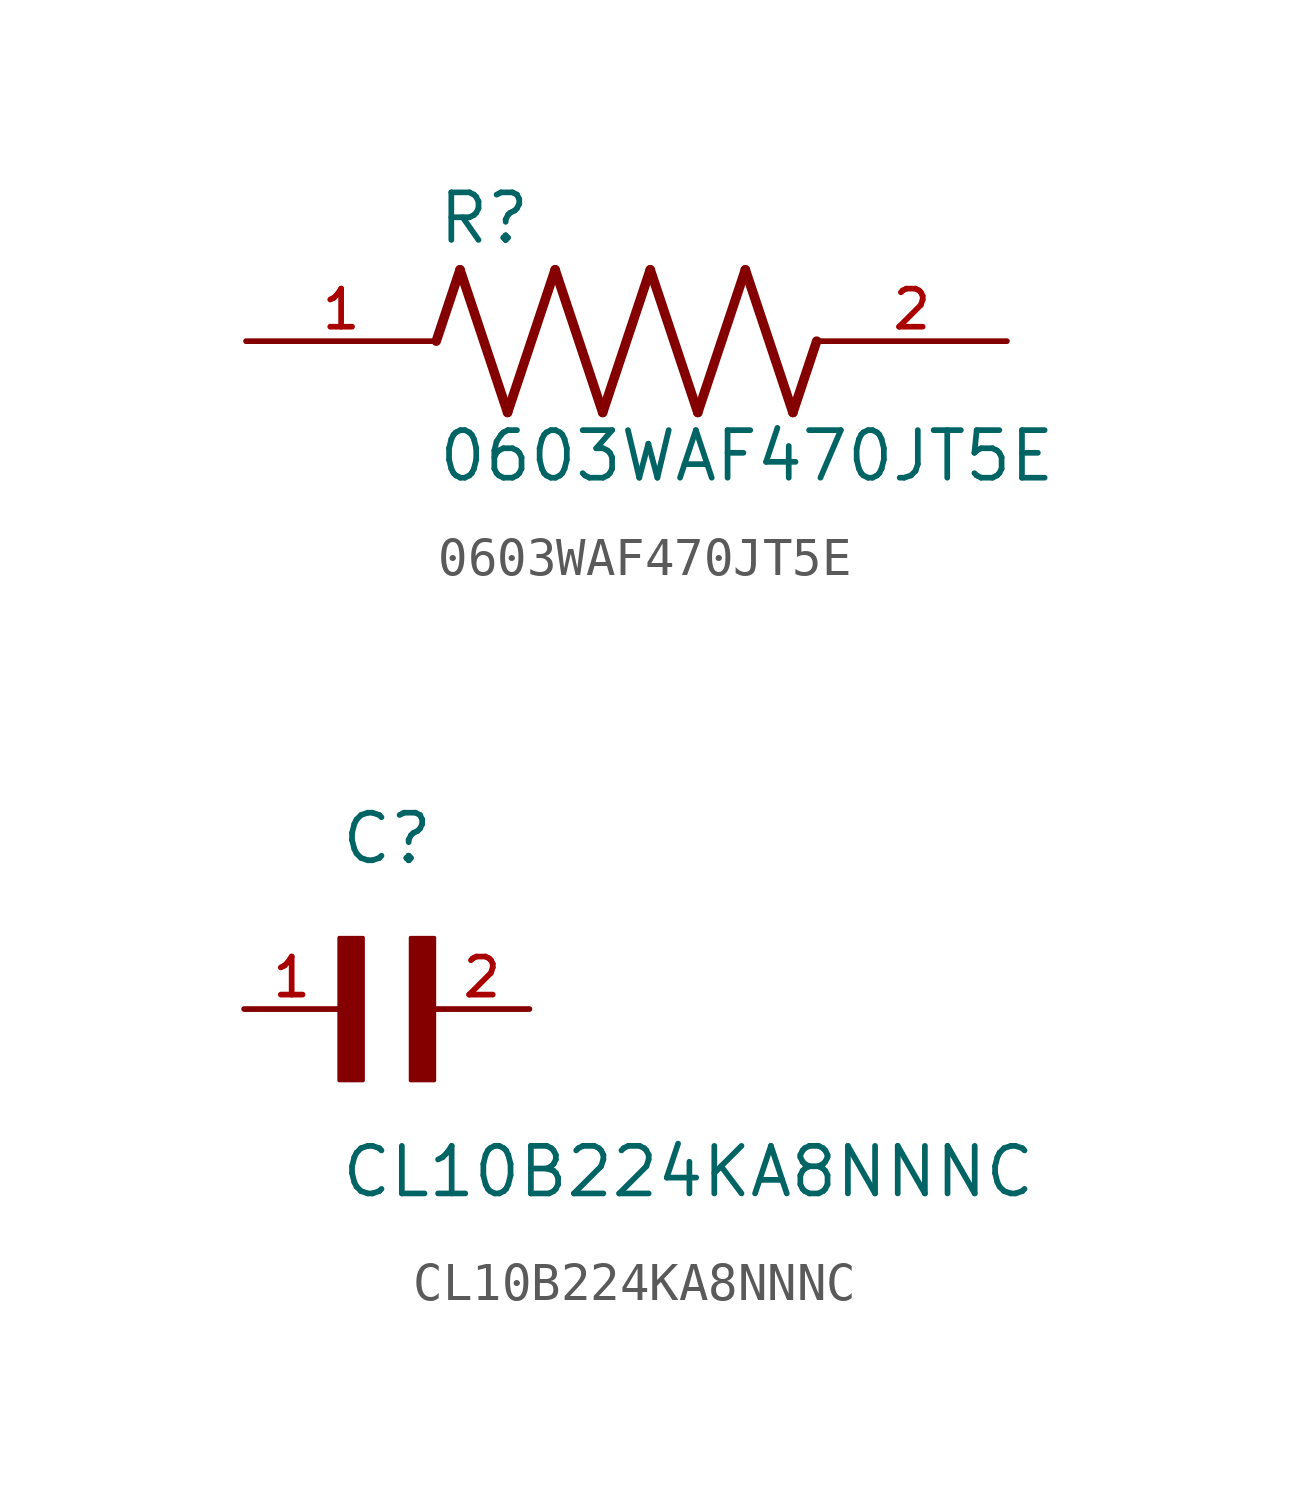
<source format=kicad_sym>
(kicad_symbol_lib
  (version 20241209)
  (generator "kicad_symbol_editor")
  (generator_version "9.0")
  (symbol "0603WAF470JT5E"
    (pin_names
      (offset 1.016))
    (property "Reference" "R"
      (at -5.08 2.54 0)
      (effects (font (size 1.27 1.27)) (justify left bottom)))
    (property "Value" "0603WAF470JT5E"
      (at -5.08 -3.81 0)
      (effects (font (size 1.27 1.27)) (justify left bottom)))
    (symbol "0603WAF470JT5E_0_0"
      (polyline (pts (xy -5.08 0) (xy -4.445 1.905)) (stroke (width 0.254) (type default)) (fill (type none)))
      (polyline (pts (xy -4.445 1.905) (xy -3.175 -1.905)) (stroke (width 0.254) (type default)) (fill (type none)))
      (polyline (pts (xy -3.175 -1.905) (xy -1.905 1.905)) (stroke (width 0.254) (type default)) (fill (type none)))
      (polyline (pts (xy -1.905 1.905) (xy -0.635 -1.905)) (stroke (width 0.254) (type default)) (fill (type none)))
      (polyline (pts (xy -0.635 -1.905) (xy 0.635 1.905)) (stroke (width 0.254) (type default)) (fill (type none)))
      (polyline (pts (xy 0.635 1.905) (xy 1.905 -1.905)) (stroke (width 0.254) (type default)) (fill (type none)))
      (polyline (pts (xy 1.905 -1.905) (xy 3.175 1.905)) (stroke (width 0.254) (type default)) (fill (type none)))
      (polyline (pts (xy 3.175 1.905) (xy 4.445 -1.905)) (stroke (width 0.254) (type default)) (fill (type none)))
      (polyline (pts (xy 4.445 -1.905) (xy 5.08 0)) (stroke (width 0.254) (type default)) (fill (type none)))
      (pin passive line (at -10.16 0 0) (length 5.08) (name "~" (effects (font (size 1.016 1.016)))) (number "1" (effects (font (size 1.016 1.016)))))
      (pin passive line (at 10.16 0 180) (length 5.08) (name "~" (effects (font (size 1.016 1.016)))) (number "2" (effects (font (size 1.016 1.016)))))))
  (symbol "CL10B224KA8NNNC"
    (pin_names
      (offset 1.016))
    (property "Reference" "C"
      (at 0 3.811 0)
      (effects (font (size 1.27 1.27)) (justify left bottom)))
    (property "Value" "CL10B224KA8NNNC"
      (at 0 -5.088 0)
      (effects (font (size 1.27 1.27)) (justify left bottom)))
    (symbol "CL10B224KA8NNNC_0_0"
      (rectangle (start 0 -1.907) (end 0.635 1.905) (stroke (width 0.1) (type default)) (fill (type outline)))
      (rectangle (start 1.907 -1.907) (end 2.54 1.905) (stroke (width 0.1) (type default)) (fill (type outline)))
      (pin passive line (at -2.54 0 0) (length 2.54) (name "~" (effects (font (size 1.016 1.016)))) (number "1" (effects (font (size 1.016 1.016)))))
      (pin passive line (at 5.08 0 180) (length 2.54) (name "~" (effects (font (size 1.016 1.016)))) (number "2" (effects (font (size 1.016 1.016))))))))
</source>
